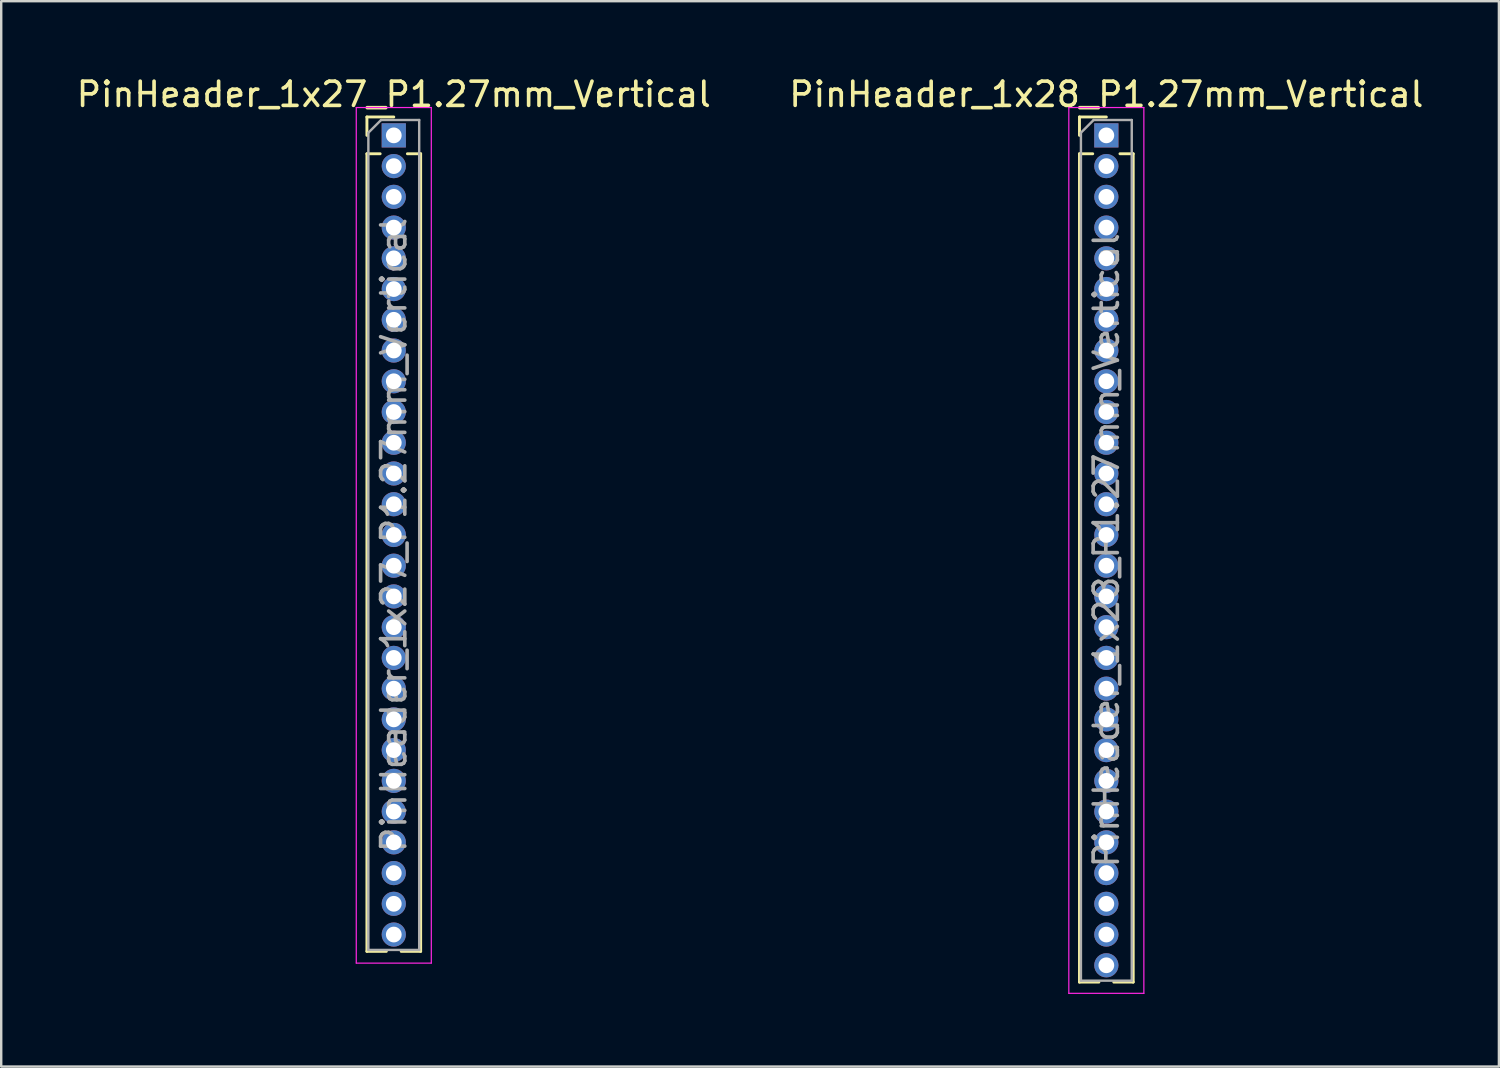
<source format=kicad_pcb>
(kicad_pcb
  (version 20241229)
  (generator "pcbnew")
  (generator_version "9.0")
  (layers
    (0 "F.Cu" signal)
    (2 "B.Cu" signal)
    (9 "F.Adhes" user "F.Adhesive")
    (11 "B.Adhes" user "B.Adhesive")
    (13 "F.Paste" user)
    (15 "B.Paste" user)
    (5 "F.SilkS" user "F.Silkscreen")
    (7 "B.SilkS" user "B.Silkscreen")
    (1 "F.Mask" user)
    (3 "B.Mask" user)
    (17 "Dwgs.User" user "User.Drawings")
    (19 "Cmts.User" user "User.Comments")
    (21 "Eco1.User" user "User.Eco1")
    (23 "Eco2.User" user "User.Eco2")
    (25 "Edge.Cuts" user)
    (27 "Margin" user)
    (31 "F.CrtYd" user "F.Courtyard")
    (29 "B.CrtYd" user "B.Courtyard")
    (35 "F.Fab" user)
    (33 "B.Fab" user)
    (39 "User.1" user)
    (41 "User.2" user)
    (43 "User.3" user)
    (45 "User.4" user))
  (footprint "PinHeader_1x27_P1.27mm_Vertical"
    (layer "F.Cu")
    (at 13.22 2.543)
    (property "Reference" "PinHeader_1x27_P1.27mm_Vertical" (at 0 -1.695 0) (layer "F.SilkS") (effects (font (size 1 1) (thickness 0.15))))
    (attr through_hole)
    (fp_line (start -1.11 -0.76) (end 0 -0.76) (stroke (width 0.12) (type solid)) (layer "F.SilkS"))
    (fp_line (start -1.11 0) (end -1.11 -0.76) (stroke (width 0.12) (type solid)) (layer "F.SilkS"))
    (fp_line (start -1.11 0.76) (end -1.11 33.715) (stroke (width 0.12) (type solid)) (layer "F.SilkS"))
    (fp_line (start -1.11 0.76) (end -0.563 0.76) (stroke (width 0.12) (type solid)) (layer "F.SilkS"))
    (fp_line (start -1.11 33.715) (end -0.308 33.715) (stroke (width 0.12) (type solid)) (layer "F.SilkS"))
    (fp_line (start 0.308 33.715) (end 1.11 33.715) (stroke (width 0.12) (type solid)) (layer "F.SilkS"))
    (fp_line (start 0.563 0.76) (end 1.11 0.76) (stroke (width 0.12) (type solid)) (layer "F.SilkS"))
    (fp_line (start 1.11 0.76) (end 1.11 33.715) (stroke (width 0.12) (type solid)) (layer "F.SilkS"))
    (fp_line (start -1.55 -1.15) (end -1.55 34.2) (stroke (width 0.05) (type solid)) (layer "F.CrtYd"))
    (fp_line (start -1.55 34.2) (end 1.55 34.2) (stroke (width 0.05) (type solid)) (layer "F.CrtYd"))
    (fp_line (start 1.55 -1.15) (end -1.55 -1.15) (stroke (width 0.05) (type solid)) (layer "F.CrtYd"))
    (fp_line (start 1.55 34.2) (end 1.55 -1.15) (stroke (width 0.05) (type solid)) (layer "F.CrtYd"))
    (fp_line (start -1.05 -0.11) (end -0.525 -0.635) (stroke (width 0.1) (type solid)) (layer "F.Fab"))
    (fp_line (start -1.05 33.655) (end -1.05 -0.11) (stroke (width 0.1) (type solid)) (layer "F.Fab"))
    (fp_line (start -0.525 -0.635) (end 1.05 -0.635) (stroke (width 0.1) (type solid)) (layer "F.Fab"))
    (fp_line (start 1.05 -0.635) (end 1.05 33.655) (stroke (width 0.1) (type solid)) (layer "F.Fab"))
    (fp_line (start 1.05 33.655) (end -1.05 33.655) (stroke (width 0.1) (type solid)) (layer "F.Fab"))
    (fp_text user "${REFERENCE}" (at 0 16.51 90) (layer "F.Fab") (effects (font (size 1 1) (thickness 0.15))))
    (pad "1" thru_hole rect (at 0 0) (size 1 1) (drill 0.65) (layers "*.Cu" "*.Mask"))
    (pad "2" thru_hole oval (at 0 1.27) (size 1 1) (drill 0.65) (layers "*.Cu" "*.Mask"))
    (pad "3" thru_hole oval (at 0 2.54) (size 1 1) (drill 0.65) (layers "*.Cu" "*.Mask"))
    (pad "4" thru_hole oval (at 0 3.81) (size 1 1) (drill 0.65) (layers "*.Cu" "*.Mask"))
    (pad "5" thru_hole oval (at 0 5.08) (size 1 1) (drill 0.65) (layers "*.Cu" "*.Mask"))
    (pad "6" thru_hole oval (at 0 6.35) (size 1 1) (drill 0.65) (layers "*.Cu" "*.Mask"))
    (pad "7" thru_hole oval (at 0 7.62) (size 1 1) (drill 0.65) (layers "*.Cu" "*.Mask"))
    (pad "8" thru_hole oval (at 0 8.89) (size 1 1) (drill 0.65) (layers "*.Cu" "*.Mask"))
    (pad "9" thru_hole oval (at 0 10.16) (size 1 1) (drill 0.65) (layers "*.Cu" "*.Mask"))
    (pad "10" thru_hole oval (at 0 11.43) (size 1 1) (drill 0.65) (layers "*.Cu" "*.Mask"))
    (pad "11" thru_hole oval (at 0 12.7) (size 1 1) (drill 0.65) (layers "*.Cu" "*.Mask"))
    (pad "12" thru_hole oval (at 0 13.97) (size 1 1) (drill 0.65) (layers "*.Cu" "*.Mask"))
    (pad "13" thru_hole oval (at 0 15.24) (size 1 1) (drill 0.65) (layers "*.Cu" "*.Mask"))
    (pad "14" thru_hole oval (at 0 16.51) (size 1 1) (drill 0.65) (layers "*.Cu" "*.Mask"))
    (pad "15" thru_hole oval (at 0 17.78) (size 1 1) (drill 0.65) (layers "*.Cu" "*.Mask"))
    (pad "16" thru_hole oval (at 0 19.05) (size 1 1) (drill 0.65) (layers "*.Cu" "*.Mask"))
    (pad "17" thru_hole oval (at 0 20.32) (size 1 1) (drill 0.65) (layers "*.Cu" "*.Mask"))
    (pad "18" thru_hole oval (at 0 21.59) (size 1 1) (drill 0.65) (layers "*.Cu" "*.Mask"))
    (pad "19" thru_hole oval (at 0 22.86) (size 1 1) (drill 0.65) (layers "*.Cu" "*.Mask"))
    (pad "20" thru_hole oval (at 0 24.13) (size 1 1) (drill 0.65) (layers "*.Cu" "*.Mask"))
    (pad "21" thru_hole oval (at 0 25.4) (size 1 1) (drill 0.65) (layers "*.Cu" "*.Mask"))
    (pad "22" thru_hole oval (at 0 26.67) (size 1 1) (drill 0.65) (layers "*.Cu" "*.Mask"))
    (pad "23" thru_hole oval (at 0 27.94) (size 1 1) (drill 0.65) (layers "*.Cu" "*.Mask"))
    (pad "24" thru_hole oval (at 0 29.21) (size 1 1) (drill 0.65) (layers "*.Cu" "*.Mask"))
    (pad "25" thru_hole oval (at 0 30.48) (size 1 1) (drill 0.65) (layers "*.Cu" "*.Mask"))
    (pad "26" thru_hole oval (at 0 31.75) (size 1 1) (drill 0.65) (layers "*.Cu" "*.Mask"))
    (pad "27" thru_hole oval (at 0 33.02) (size 1 1) (drill 0.65) (layers "*.Cu" "*.Mask")))
  (footprint "PinHeader_1x28_P1.27mm_Vertical"
    (layer "F.Cu")
    (at 42.661 2.543)
    (property "Reference" "PinHeader_1x28_P1.27mm_Vertical" (at 0 -1.695 0) (layer "F.SilkS") (effects (font (size 1 1) (thickness 0.15))))
    (attr through_hole)
    (fp_line (start -1.11 -0.76) (end 0 -0.76) (stroke (width 0.12) (type solid)) (layer "F.SilkS"))
    (fp_line (start -1.11 0) (end -1.11 -0.76) (stroke (width 0.12) (type solid)) (layer "F.SilkS"))
    (fp_line (start -1.11 0.76) (end -1.11 34.985) (stroke (width 0.12) (type solid)) (layer "F.SilkS"))
    (fp_line (start -1.11 0.76) (end -0.563 0.76) (stroke (width 0.12) (type solid)) (layer "F.SilkS"))
    (fp_line (start -1.11 34.985) (end -0.308 34.985) (stroke (width 0.12) (type solid)) (layer "F.SilkS"))
    (fp_line (start 0.308 34.985) (end 1.11 34.985) (stroke (width 0.12) (type solid)) (layer "F.SilkS"))
    (fp_line (start 0.563 0.76) (end 1.11 0.76) (stroke (width 0.12) (type solid)) (layer "F.SilkS"))
    (fp_line (start 1.11 0.76) (end 1.11 34.985) (stroke (width 0.12) (type solid)) (layer "F.SilkS"))
    (fp_line (start -1.55 -1.15) (end -1.55 35.45) (stroke (width 0.05) (type solid)) (layer "F.CrtYd"))
    (fp_line (start -1.55 35.45) (end 1.55 35.45) (stroke (width 0.05) (type solid)) (layer "F.CrtYd"))
    (fp_line (start 1.55 -1.15) (end -1.55 -1.15) (stroke (width 0.05) (type solid)) (layer "F.CrtYd"))
    (fp_line (start 1.55 35.45) (end 1.55 -1.15) (stroke (width 0.05) (type solid)) (layer "F.CrtYd"))
    (fp_line (start -1.05 -0.11) (end -0.525 -0.635) (stroke (width 0.1) (type solid)) (layer "F.Fab"))
    (fp_line (start -1.05 34.925) (end -1.05 -0.11) (stroke (width 0.1) (type solid)) (layer "F.Fab"))
    (fp_line (start -0.525 -0.635) (end 1.05 -0.635) (stroke (width 0.1) (type solid)) (layer "F.Fab"))
    (fp_line (start 1.05 -0.635) (end 1.05 34.925) (stroke (width 0.1) (type solid)) (layer "F.Fab"))
    (fp_line (start 1.05 34.925) (end -1.05 34.925) (stroke (width 0.1) (type solid)) (layer "F.Fab"))
    (fp_text user "${REFERENCE}" (at 0 17.145 90) (layer "F.Fab") (effects (font (size 1 1) (thickness 0.15))))
    (pad "1" thru_hole rect (at 0 0) (size 1 1) (drill 0.65) (layers "*.Cu" "*.Mask"))
    (pad "2" thru_hole oval (at 0 1.27) (size 1 1) (drill 0.65) (layers "*.Cu" "*.Mask"))
    (pad "3" thru_hole oval (at 0 2.54) (size 1 1) (drill 0.65) (layers "*.Cu" "*.Mask"))
    (pad "4" thru_hole oval (at 0 3.81) (size 1 1) (drill 0.65) (layers "*.Cu" "*.Mask"))
    (pad "5" thru_hole oval (at 0 5.08) (size 1 1) (drill 0.65) (layers "*.Cu" "*.Mask"))
    (pad "6" thru_hole oval (at 0 6.35) (size 1 1) (drill 0.65) (layers "*.Cu" "*.Mask"))
    (pad "7" thru_hole oval (at 0 7.62) (size 1 1) (drill 0.65) (layers "*.Cu" "*.Mask"))
    (pad "8" thru_hole oval (at 0 8.89) (size 1 1) (drill 0.65) (layers "*.Cu" "*.Mask"))
    (pad "9" thru_hole oval (at 0 10.16) (size 1 1) (drill 0.65) (layers "*.Cu" "*.Mask"))
    (pad "10" thru_hole oval (at 0 11.43) (size 1 1) (drill 0.65) (layers "*.Cu" "*.Mask"))
    (pad "11" thru_hole oval (at 0 12.7) (size 1 1) (drill 0.65) (layers "*.Cu" "*.Mask"))
    (pad "12" thru_hole oval (at 0 13.97) (size 1 1) (drill 0.65) (layers "*.Cu" "*.Mask"))
    (pad "13" thru_hole oval (at 0 15.24) (size 1 1) (drill 0.65) (layers "*.Cu" "*.Mask"))
    (pad "14" thru_hole oval (at 0 16.51) (size 1 1) (drill 0.65) (layers "*.Cu" "*.Mask"))
    (pad "15" thru_hole oval (at 0 17.78) (size 1 1) (drill 0.65) (layers "*.Cu" "*.Mask"))
    (pad "16" thru_hole oval (at 0 19.05) (size 1 1) (drill 0.65) (layers "*.Cu" "*.Mask"))
    (pad "17" thru_hole oval (at 0 20.32) (size 1 1) (drill 0.65) (layers "*.Cu" "*.Mask"))
    (pad "18" thru_hole oval (at 0 21.59) (size 1 1) (drill 0.65) (layers "*.Cu" "*.Mask"))
    (pad "19" thru_hole oval (at 0 22.86) (size 1 1) (drill 0.65) (layers "*.Cu" "*.Mask"))
    (pad "20" thru_hole oval (at 0 24.13) (size 1 1) (drill 0.65) (layers "*.Cu" "*.Mask"))
    (pad "21" thru_hole oval (at 0 25.4) (size 1 1) (drill 0.65) (layers "*.Cu" "*.Mask"))
    (pad "22" thru_hole oval (at 0 26.67) (size 1 1) (drill 0.65) (layers "*.Cu" "*.Mask"))
    (pad "23" thru_hole oval (at 0 27.94) (size 1 1) (drill 0.65) (layers "*.Cu" "*.Mask"))
    (pad "24" thru_hole oval (at 0 29.21) (size 1 1) (drill 0.65) (layers "*.Cu" "*.Mask"))
    (pad "25" thru_hole oval (at 0 30.48) (size 1 1) (drill 0.65) (layers "*.Cu" "*.Mask"))
    (pad "26" thru_hole oval (at 0 31.75) (size 1 1) (drill 0.65) (layers "*.Cu" "*.Mask"))
    (pad "27" thru_hole oval (at 0 33.02) (size 1 1) (drill 0.65) (layers "*.Cu" "*.Mask"))
    (pad "28" thru_hole oval (at 0 34.29) (size 1 1) (drill 0.65) (layers "*.Cu" "*.Mask")))
  (gr_rect
    (start -3 -3)
    (end 58.881 41.018)
    (stroke (width 0.1) (type default))
    (fill no)
    (layer "Edge.Cuts")))
</source>
